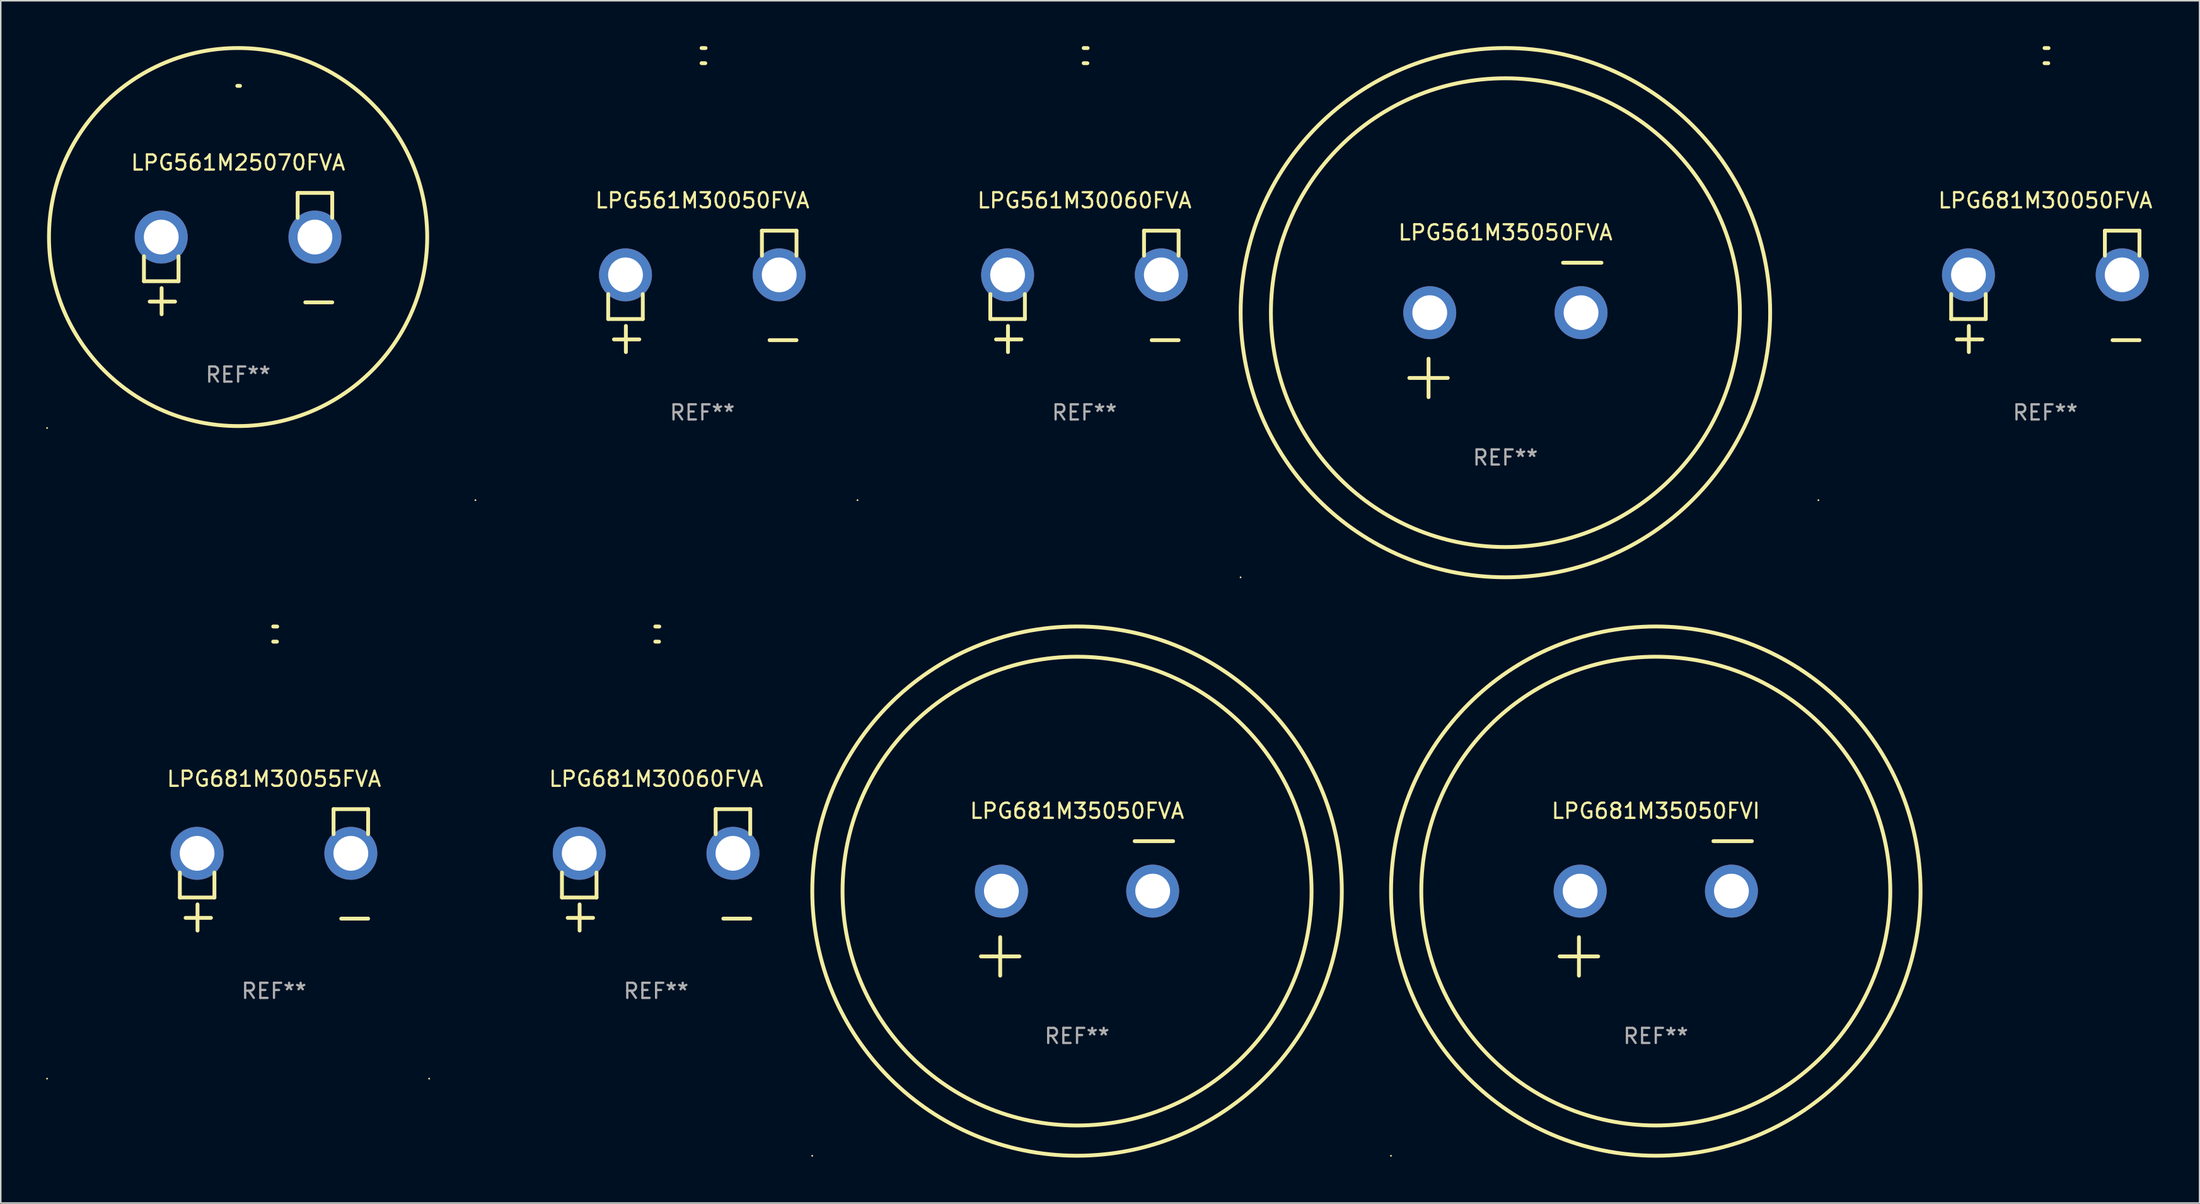
<source format=kicad_pcb>
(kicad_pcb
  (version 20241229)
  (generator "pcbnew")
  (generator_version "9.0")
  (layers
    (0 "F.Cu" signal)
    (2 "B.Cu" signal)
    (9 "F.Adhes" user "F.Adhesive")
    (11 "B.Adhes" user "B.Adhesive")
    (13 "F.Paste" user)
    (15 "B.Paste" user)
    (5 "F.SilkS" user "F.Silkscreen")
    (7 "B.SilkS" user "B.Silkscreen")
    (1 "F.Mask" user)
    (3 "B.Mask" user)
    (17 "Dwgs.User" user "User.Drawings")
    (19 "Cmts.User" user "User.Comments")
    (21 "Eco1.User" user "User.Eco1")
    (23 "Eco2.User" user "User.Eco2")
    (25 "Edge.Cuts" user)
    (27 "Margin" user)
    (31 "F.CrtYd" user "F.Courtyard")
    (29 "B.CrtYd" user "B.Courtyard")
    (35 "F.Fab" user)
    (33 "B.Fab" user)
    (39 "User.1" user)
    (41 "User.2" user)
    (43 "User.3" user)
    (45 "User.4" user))
  (footprint "LPG561M25070FVA"
    (layer "F.Cu")
    (at 12.687 13.719)
    (property "Reference" "LPG561M25070FVA" (at 0 -6.013 0) (layer "F.SilkS") (effects (font (size 1 1) (thickness 0.15))))
    (attr through_hole)
    (fp_line (start -6.223 0.178) (end -6.223 1.829) (stroke (width 0.254) (type solid)) (layer "F.SilkS"))
    (fp_line (start -6.223 1.829) (end -3.937 1.829) (stroke (width 0.254) (type solid)) (layer "F.SilkS"))
    (fp_line (start -5.055 4.013) (end -5.055 2.286) (stroke (width 0.254) (type solid)) (layer "F.SilkS"))
    (fp_line (start -4.166 3.175) (end -5.842 3.175) (stroke (width 0.254) (type solid)) (layer "F.SilkS"))
    (fp_line (start -3.937 1.829) (end -3.937 0.178) (stroke (width 0.254) (type solid)) (layer "F.SilkS"))
    (fp_line (start 3.937 -4.013) (end 3.937 -2.362) (stroke (width 0.254) (type solid)) (layer "F.SilkS"))
    (fp_line (start 6.223 -4.013) (end 3.937 -4.013) (stroke (width 0.254) (type solid)) (layer "F.SilkS"))
    (fp_line (start 6.223 -2.362) (end 6.223 -4.013) (stroke (width 0.254) (type solid)) (layer "F.SilkS"))
    (fp_line (start 6.223 3.226) (end 4.445 3.226) (stroke (width 0.254) (type solid)) (layer "F.SilkS"))
    (fp_arc (start -0.0508 -11.092202) (mid 0.036835 -11.091307) (end 0.12446 -11.089662) (stroke (width 0.254001) (type solid)) (layer "F.SilkS"))
    (fp_circle (center -12.627 11.535) (end -12.597 11.535) (stroke (width 0.06) (type solid)) (fill no) (layer "F.SilkS"))
    (fp_circle (center 0 -1.092) (end 12.5 -1.092) (stroke (width 0.254) (type solid)) (fill no) (layer "F.SilkS"))
    (fp_text user "REF**" (at 0 8.013 0) (layer "F.Fab") (effects (font (size 1 1) (thickness 0.15))))
    (pad "1" thru_hole circle (at -5.08 -1.092) (size 3.5 3.5) (drill 2.3) (layers "*.Cu" "*.Mask"))
    (pad "2" thru_hole circle (at 5.08 -1.092) (size 3.5 3.5) (drill 2.3) (layers "*.Cu" "*.Mask")))
  (footprint "LPG561M30060FVA"
    (layer "F.Cu")
    (at 68.63 16.22)
    (property "Reference" "LPG561M30060FVA" (at 0 -6.013 0) (layer "F.SilkS") (effects (font (size 1 1) (thickness 0.15))))
    (attr through_hole)
    (fp_line (start -6.223 0.178) (end -6.223 1.829) (stroke (width 0.254) (type solid)) (layer "F.SilkS"))
    (fp_line (start -6.223 1.829) (end -3.937 1.829) (stroke (width 0.254) (type solid)) (layer "F.SilkS"))
    (fp_line (start -5.055 4.013) (end -5.055 2.286) (stroke (width 0.254) (type solid)) (layer "F.SilkS"))
    (fp_line (start -4.166 3.175) (end -5.842 3.175) (stroke (width 0.254) (type solid)) (layer "F.SilkS"))
    (fp_line (start -3.937 1.829) (end -3.937 0.178) (stroke (width 0.254) (type solid)) (layer "F.SilkS"))
    (fp_line (start 3.937 -4.013) (end 3.937 -2.362) (stroke (width 0.254) (type solid)) (layer "F.SilkS"))
    (fp_line (start 6.223 -4.013) (end 3.937 -4.013) (stroke (width 0.254) (type solid)) (layer "F.SilkS"))
    (fp_line (start 6.223 -2.362) (end 6.223 -4.013) (stroke (width 0.254) (type solid)) (layer "F.SilkS"))
    (fp_line (start 6.223 3.226) (end 4.445 3.226) (stroke (width 0.254) (type solid)) (layer "F.SilkS"))
    (fp_arc (start -0.0508 -16.093472) (mid 0.080016 -16.092762) (end 0.210821 -16.090932) (stroke (width 0.254001) (type solid)) (layer "F.SilkS"))
    (fp_arc (start -0.0508 -15.09271) (mid 0.071125 -15.091961) (end 0.19304 -15.09017) (stroke (width 0.254001) (type solid)) (layer "F.SilkS"))
    (fp_circle (center -15 13.808) (end -14.97 13.808) (stroke (width 0.06) (type solid)) (fill no) (layer "F.SilkS"))
    (fp_text user "REF**" (at 0 8.013 0) (layer "F.Fab") (effects (font (size 1 1) (thickness 0.15))))
    (pad "1" thru_hole circle (at -5.08 -1.092) (size 3.5 3.5) (drill 2.3) (layers "*.Cu" "*.Mask"))
    (pad "2" thru_hole circle (at 5.08 -1.092) (size 3.5 3.5) (drill 2.3) (layers "*.Cu" "*.Mask")))
  (footprint "LPG681M35050FVI"
    (layer "F.Cu")
    (at 106.394 57.024)
    (property "Reference" "LPG681M35050FVI" (at 0 -6.445 0) (layer "F.SilkS") (effects (font (size 1 1) (thickness 0.15))))
    (attr through_hole)
    (fp_line (start -6.35 3.175) (end -3.81 3.175) (stroke (width 0.254) (type solid)) (layer "F.SilkS"))
    (fp_line (start -5.08 1.905) (end -5.08 4.445) (stroke (width 0.254) (type solid)) (layer "F.SilkS"))
    (fp_line (start 3.81 -4.445) (end 6.35 -4.445) (stroke (width 0.254) (type solid)) (layer "F.SilkS"))
    (fp_circle (center -17.505 16.362) (end -17.475 16.362) (stroke (width 0.06) (type solid)) (fill no) (layer "F.SilkS"))
    (fp_circle (center 0 -1.143) (end 15.5 -1.143) (stroke (width 0.254) (type solid)) (fill no) (layer "F.SilkS"))
    (fp_circle (center 0 -1.143) (end 17.5 -1.143) (stroke (width 0.254) (type solid)) (fill no) (layer "F.SilkS"))
    (fp_text user "REF**" (at 0 8.445 0) (layer "F.Fab") (effects (font (size 1 1) (thickness 0.15))))
    (pad "1" thru_hole circle (at -5 -1.143) (size 3.5 3.5) (drill 2.3) (layers "*.Cu" "*.Mask"))
    (pad "2" thru_hole circle (at 5 -1.143) (size 3.5 3.5) (drill 2.3) (layers "*.Cu" "*.Mask")))
  (footprint "LPG561M35050FVA"
    (layer "F.Cu")
    (at 96.454 18.77)
    (property "Reference" "LPG561M35050FVA" (at 0 -6.445 0) (layer "F.SilkS") (effects (font (size 1 1) (thickness 0.15))))
    (attr through_hole)
    (fp_line (start -6.35 3.175) (end -3.81 3.175) (stroke (width 0.254) (type solid)) (layer "F.SilkS"))
    (fp_line (start -5.08 1.905) (end -5.08 4.445) (stroke (width 0.254) (type solid)) (layer "F.SilkS"))
    (fp_line (start 3.81 -4.445) (end 6.35 -4.445) (stroke (width 0.254) (type solid)) (layer "F.SilkS"))
    (fp_circle (center -17.505 16.362) (end -17.475 16.362) (stroke (width 0.06) (type solid)) (fill no) (layer "F.SilkS"))
    (fp_circle (center 0 -1.143) (end 15.5 -1.143) (stroke (width 0.254) (type solid)) (fill no) (layer "F.SilkS"))
    (fp_circle (center 0 -1.143) (end 17.5 -1.143) (stroke (width 0.254) (type solid)) (fill no) (layer "F.SilkS"))
    (fp_text user "REF**" (at 0 8.445 0) (layer "F.Fab") (effects (font (size 1 1) (thickness 0.15))))
    (pad "1" thru_hole circle (at -5 -1.143) (size 3.5 3.5) (drill 2.3) (layers "*.Cu" "*.Mask"))
    (pad "2" thru_hole circle (at 5 -1.143) (size 3.5 3.5) (drill 2.3) (layers "*.Cu" "*.Mask")))
  (footprint "LPG681M30050FVA"
    (layer "F.Cu")
    (at 132.141 16.22)
    (property "Reference" "LPG681M30050FVA" (at 0 -6.013 0) (layer "F.SilkS") (effects (font (size 1 1) (thickness 0.15))))
    (attr through_hole)
    (fp_line (start -6.223 0.178) (end -6.223 1.829) (stroke (width 0.254) (type solid)) (layer "F.SilkS"))
    (fp_line (start -6.223 1.829) (end -3.937 1.829) (stroke (width 0.254) (type solid)) (layer "F.SilkS"))
    (fp_line (start -5.055 4.013) (end -5.055 2.286) (stroke (width 0.254) (type solid)) (layer "F.SilkS"))
    (fp_line (start -4.166 3.175) (end -5.842 3.175) (stroke (width 0.254) (type solid)) (layer "F.SilkS"))
    (fp_line (start -3.937 1.829) (end -3.937 0.178) (stroke (width 0.254) (type solid)) (layer "F.SilkS"))
    (fp_line (start 3.937 -4.013) (end 3.937 -2.362) (stroke (width 0.254) (type solid)) (layer "F.SilkS"))
    (fp_line (start 6.223 -4.013) (end 3.937 -4.013) (stroke (width 0.254) (type solid)) (layer "F.SilkS"))
    (fp_line (start 6.223 -2.362) (end 6.223 -4.013) (stroke (width 0.254) (type solid)) (layer "F.SilkS"))
    (fp_line (start 6.223 3.226) (end 4.445 3.226) (stroke (width 0.254) (type solid)) (layer "F.SilkS"))
    (fp_arc (start -0.0508 -16.093472) (mid 0.080016 -16.092762) (end 0.210821 -16.090932) (stroke (width 0.254001) (type solid)) (layer "F.SilkS"))
    (fp_arc (start -0.0508 -15.09271) (mid 0.071125 -15.091961) (end 0.19304 -15.09017) (stroke (width 0.254001) (type solid)) (layer "F.SilkS"))
    (fp_circle (center -15 13.808) (end -14.97 13.808) (stroke (width 0.06) (type solid)) (fill no) (layer "F.SilkS"))
    (fp_text user "REF**" (at 0 8.013 0) (layer "F.Fab") (effects (font (size 1 1) (thickness 0.15))))
    (pad "1" thru_hole circle (at -5.08 -1.092) (size 3.5 3.5) (drill 2.3) (layers "*.Cu" "*.Mask"))
    (pad "2" thru_hole circle (at 5.08 -1.092) (size 3.5 3.5) (drill 2.3) (layers "*.Cu" "*.Mask")))
  (footprint "LPG681M35050FVA"
    (layer "F.Cu")
    (at 68.14 57.024)
    (property "Reference" "LPG681M35050FVA" (at 0 -6.445 0) (layer "F.SilkS") (effects (font (size 1 1) (thickness 0.15))))
    (attr through_hole)
    (fp_line (start -6.35 3.175) (end -3.81 3.175) (stroke (width 0.254) (type solid)) (layer "F.SilkS"))
    (fp_line (start -5.08 1.905) (end -5.08 4.445) (stroke (width 0.254) (type solid)) (layer "F.SilkS"))
    (fp_line (start 3.81 -4.445) (end 6.35 -4.445) (stroke (width 0.254) (type solid)) (layer "F.SilkS"))
    (fp_circle (center -17.505 16.362) (end -17.475 16.362) (stroke (width 0.06) (type solid)) (fill no) (layer "F.SilkS"))
    (fp_circle (center 0 -1.143) (end 15.5 -1.143) (stroke (width 0.254) (type solid)) (fill no) (layer "F.SilkS"))
    (fp_circle (center 0 -1.143) (end 17.5 -1.143) (stroke (width 0.254) (type solid)) (fill no) (layer "F.SilkS"))
    (fp_text user "REF**" (at 0 8.445 0) (layer "F.Fab") (effects (font (size 1 1) (thickness 0.15))))
    (pad "1" thru_hole circle (at -5 -1.143) (size 3.5 3.5) (drill 2.3) (layers "*.Cu" "*.Mask"))
    (pad "2" thru_hole circle (at 5 -1.143) (size 3.5 3.5) (drill 2.3) (layers "*.Cu" "*.Mask")))
  (footprint "LPG681M30055FVA"
    (layer "F.Cu")
    (at 15.06 54.475)
    (property "Reference" "LPG681M30055FVA" (at 0 -6.013 0) (layer "F.SilkS") (effects (font (size 1 1) (thickness 0.15))))
    (attr through_hole)
    (fp_line (start -6.223 0.178) (end -6.223 1.829) (stroke (width 0.254) (type solid)) (layer "F.SilkS"))
    (fp_line (start -6.223 1.829) (end -3.937 1.829) (stroke (width 0.254) (type solid)) (layer "F.SilkS"))
    (fp_line (start -5.055 4.013) (end -5.055 2.286) (stroke (width 0.254) (type solid)) (layer "F.SilkS"))
    (fp_line (start -4.166 3.175) (end -5.842 3.175) (stroke (width 0.254) (type solid)) (layer "F.SilkS"))
    (fp_line (start -3.937 1.829) (end -3.937 0.178) (stroke (width 0.254) (type solid)) (layer "F.SilkS"))
    (fp_line (start 3.937 -4.013) (end 3.937 -2.362) (stroke (width 0.254) (type solid)) (layer "F.SilkS"))
    (fp_line (start 6.223 -4.013) (end 3.937 -4.013) (stroke (width 0.254) (type solid)) (layer "F.SilkS"))
    (fp_line (start 6.223 -2.362) (end 6.223 -4.013) (stroke (width 0.254) (type solid)) (layer "F.SilkS"))
    (fp_line (start 6.223 3.226) (end 4.445 3.226) (stroke (width 0.254) (type solid)) (layer "F.SilkS"))
    (fp_arc (start -0.0508 -16.093472) (mid 0.080016 -16.092762) (end 0.210821 -16.090932) (stroke (width 0.254001) (type solid)) (layer "F.SilkS"))
    (fp_arc (start -0.0508 -15.09271) (mid 0.071125 -15.091961) (end 0.19304 -15.09017) (stroke (width 0.254001) (type solid)) (layer "F.SilkS"))
    (fp_circle (center -15 13.808) (end -14.97 13.808) (stroke (width 0.06) (type solid)) (fill no) (layer "F.SilkS"))
    (fp_text user "REF**" (at 0 8.013 0) (layer "F.Fab") (effects (font (size 1 1) (thickness 0.15))))
    (pad "1" thru_hole circle (at -5.08 -1.092) (size 3.5 3.5) (drill 2.3) (layers "*.Cu" "*.Mask"))
    (pad "2" thru_hole circle (at 5.08 -1.092) (size 3.5 3.5) (drill 2.3) (layers "*.Cu" "*.Mask")))
  (footprint "LPG561M30050FVA"
    (layer "F.Cu")
    (at 43.374 16.22)
    (property "Reference" "LPG561M30050FVA" (at 0 -6.013 0) (layer "F.SilkS") (effects (font (size 1 1) (thickness 0.15))))
    (attr through_hole)
    (fp_line (start -6.223 0.178) (end -6.223 1.829) (stroke (width 0.254) (type solid)) (layer "F.SilkS"))
    (fp_line (start -6.223 1.829) (end -3.937 1.829) (stroke (width 0.254) (type solid)) (layer "F.SilkS"))
    (fp_line (start -5.055 4.013) (end -5.055 2.286) (stroke (width 0.254) (type solid)) (layer "F.SilkS"))
    (fp_line (start -4.166 3.175) (end -5.842 3.175) (stroke (width 0.254) (type solid)) (layer "F.SilkS"))
    (fp_line (start -3.937 1.829) (end -3.937 0.178) (stroke (width 0.254) (type solid)) (layer "F.SilkS"))
    (fp_line (start 3.937 -4.013) (end 3.937 -2.362) (stroke (width 0.254) (type solid)) (layer "F.SilkS"))
    (fp_line (start 6.223 -4.013) (end 3.937 -4.013) (stroke (width 0.254) (type solid)) (layer "F.SilkS"))
    (fp_line (start 6.223 -2.362) (end 6.223 -4.013) (stroke (width 0.254) (type solid)) (layer "F.SilkS"))
    (fp_line (start 6.223 3.226) (end 4.445 3.226) (stroke (width 0.254) (type solid)) (layer "F.SilkS"))
    (fp_arc (start -0.0508 -16.093472) (mid 0.080016 -16.092762) (end 0.210821 -16.090932) (stroke (width 0.254001) (type solid)) (layer "F.SilkS"))
    (fp_arc (start -0.0508 -15.09271) (mid 0.071125 -15.091961) (end 0.19304 -15.09017) (stroke (width 0.254001) (type solid)) (layer "F.SilkS"))
    (fp_circle (center -15 13.808) (end -14.97 13.808) (stroke (width 0.06) (type solid)) (fill no) (layer "F.SilkS"))
    (fp_text user "REF**" (at 0 8.013 0) (layer "F.Fab") (effects (font (size 1 1) (thickness 0.15))))
    (pad "1" thru_hole circle (at -5.08 -1.092) (size 3.5 3.5) (drill 2.3) (layers "*.Cu" "*.Mask"))
    (pad "2" thru_hole circle (at 5.08 -1.092) (size 3.5 3.5) (drill 2.3) (layers "*.Cu" "*.Mask")))
  (footprint "LPG681M30060FVA"
    (layer "F.Cu")
    (at 40.316 54.475)
    (property "Reference" "LPG681M30060FVA" (at 0 -6.013 0) (layer "F.SilkS") (effects (font (size 1 1) (thickness 0.15))))
    (attr through_hole)
    (fp_line (start -6.223 0.178) (end -6.223 1.829) (stroke (width 0.254) (type solid)) (layer "F.SilkS"))
    (fp_line (start -6.223 1.829) (end -3.937 1.829) (stroke (width 0.254) (type solid)) (layer "F.SilkS"))
    (fp_line (start -5.055 4.013) (end -5.055 2.286) (stroke (width 0.254) (type solid)) (layer "F.SilkS"))
    (fp_line (start -4.166 3.175) (end -5.842 3.175) (stroke (width 0.254) (type solid)) (layer "F.SilkS"))
    (fp_line (start -3.937 1.829) (end -3.937 0.178) (stroke (width 0.254) (type solid)) (layer "F.SilkS"))
    (fp_line (start 3.937 -4.013) (end 3.937 -2.362) (stroke (width 0.254) (type solid)) (layer "F.SilkS"))
    (fp_line (start 6.223 -4.013) (end 3.937 -4.013) (stroke (width 0.254) (type solid)) (layer "F.SilkS"))
    (fp_line (start 6.223 -2.362) (end 6.223 -4.013) (stroke (width 0.254) (type solid)) (layer "F.SilkS"))
    (fp_line (start 6.223 3.226) (end 4.445 3.226) (stroke (width 0.254) (type solid)) (layer "F.SilkS"))
    (fp_arc (start -0.0508 -16.093472) (mid 0.080016 -16.092762) (end 0.210821 -16.090932) (stroke (width 0.254001) (type solid)) (layer "F.SilkS"))
    (fp_arc (start -0.0508 -15.09271) (mid 0.071125 -15.091961) (end 0.19304 -15.09017) (stroke (width 0.254001) (type solid)) (layer "F.SilkS"))
    (fp_circle (center -15 13.808) (end -14.97 13.808) (stroke (width 0.06) (type solid)) (fill no) (layer "F.SilkS"))
    (fp_text user "REF**" (at 0 8.013 0) (layer "F.Fab") (effects (font (size 1 1) (thickness 0.15))))
    (pad "1" thru_hole circle (at -5.08 -1.092) (size 3.5 3.5) (drill 2.3) (layers "*.Cu" "*.Mask"))
    (pad "2" thru_hole circle (at 5.08 -1.092) (size 3.5 3.5) (drill 2.3) (layers "*.Cu" "*.Mask")))
  (gr_rect
    (start -3 -3)
    (end 142.337 76.509)
    (stroke (width 0.1) (type default))
    (fill no)
    (layer "Edge.Cuts")))
</source>
